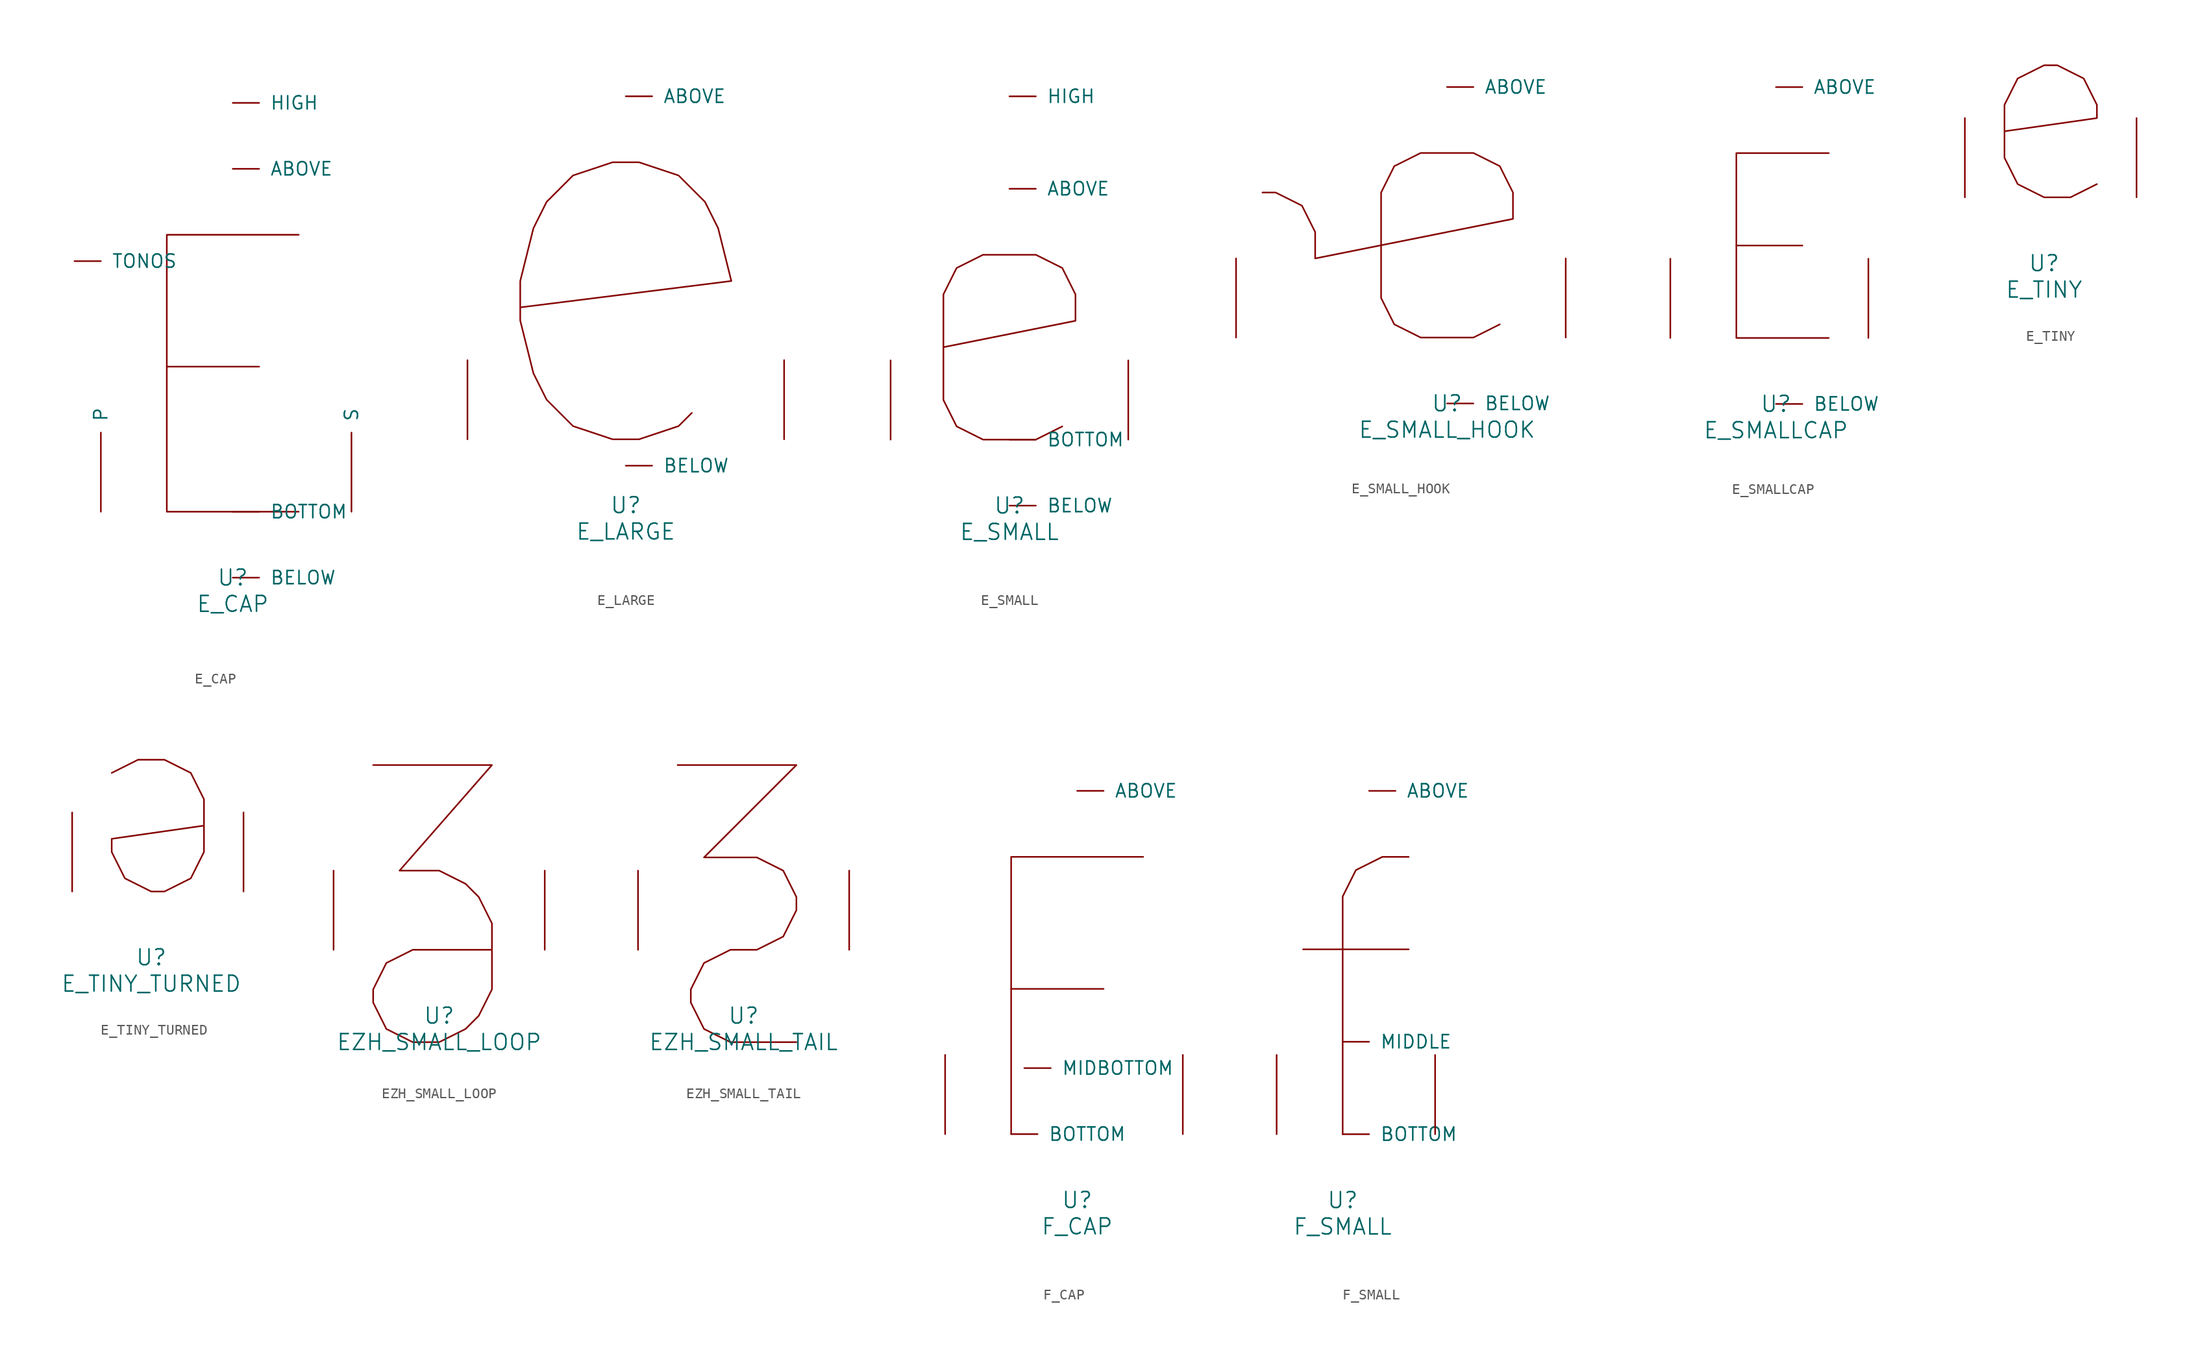
<source format=kicad_sym>
(kicad_symbol_lib
  (version 20220914)
  (generator font_lib2sym)
  (symbol "E_CAP"
    (pin_names
      (offset 1.016))
    (property "Reference" "U"
      (at 0 -6.35 0)
      (effects (font (size 1.524 1.524))))
    (property "Value" "E_CAP"
      (at 0 -8.89 0)
      (effects (font (size 1.524 1.524))))
    (symbol "E_CAP_0_1"
      (polyline (pts (xy -6.35 13.97) (xy 2.54 13.97)) (stroke (width 0) (type solid)) (fill (type none)))
      (polyline (pts (xy 6.35 0) (xy -6.35 0) (xy -6.35 26.67) (xy 6.35 26.67)) (stroke (width 0) (type solid)) (fill (type none)))
      (pin input line (at 0 33.02 0) (length 2.54) (name "ABOVE" (effects (font (size 1.27 1.27)))) (number "~" (effects (font (size 1.27 1.27)))))
      (pin input line (at 0 -6.35 0) (length 2.54) (name "BELOW" (effects (font (size 1.27 1.27)))) (number "~" (effects (font (size 1.27 1.27)))))
      (pin input line (at 0 0 0) (length 2.54) (name "BOTTOM" (effects (font (size 1.27 1.27)))) (number "~" (effects (font (size 1.27 1.27)))))
      (pin input line (at 0 39.37 0) (length 2.54) (name "HIGH" (effects (font (size 1.27 1.27)))) (number "~" (effects (font (size 1.27 1.27)))))
      (pin input line (at -12.7 0 90) (length 7.62) (name "P" (effects (font (size 1.27 1.27)))) (number "~" (effects (font (size 1.27 1.27)))))
      (pin input line (at 11.43 0 90) (length 7.62) (name "S" (effects (font (size 1.27 1.27)))) (number "~" (effects (font (size 1.27 1.27)))))
      (pin input line (at -15.24 24.13 0) (length 2.54) (name "TONOS" (effects (font (size 1.27 1.27)))) (number "~" (effects (font (size 1.27 1.27)))))))
  (symbol "E_LARGE"
    (pin_names
      (offset 1.016))
    (property "Reference" "U"
      (at 0 -6.35 0)
      (effects (font (size 1.524 1.524))))
    (property "Value" "E_LARGE"
      (at 0 -8.89 0)
      (effects (font (size 1.524 1.524))))
    (symbol "E_LARGE_0_1"
      (polyline (pts (xy 6.35 2.54) (xy 5.08 1.27) (xy 1.27 0) (xy -1.27 0) (xy -5.08 1.27) (xy -7.62 3.81) (xy -8.89 6.35) (xy -10.16 11.43) (xy -10.16 15.24) (xy -8.89 20.32) (xy -7.62 22.86) (xy -5.08 25.4) (xy -1.27 26.67) (xy 1.27 26.67) (xy 5.08 25.4) (xy 7.62 22.86) (xy 8.89 20.32) (xy 10.16 15.24) (xy -10.16 12.7)) (stroke (width 0) (type solid)) (fill (type none)))
      (pin input line (at 0 33.02 0) (length 2.54) (name "ABOVE" (effects (font (size 1.27 1.27)))) (number "~" (effects (font (size 1.27 1.27)))))
      (pin input line (at 0 -2.54 0) (length 2.54) (name "BELOW" (effects (font (size 1.27 1.27)))) (number "~" (effects (font (size 1.27 1.27)))))
      (pin input line (at -15.24 0 90) (length 7.62) (name "~" (effects (font (size 1.27 1.27)))) (number "~" (effects (font (size 1.27 1.27)))))
      (pin input line (at 15.24 0 90) (length 7.62) (name "~" (effects (font (size 1.27 1.27)))) (number "~" (effects (font (size 1.27 1.27)))))))
  (symbol "E_SMALL"
    (pin_names
      (offset 1.016))
    (property "Reference" "U"
      (at 0 -6.35 0)
      (effects (font (size 1.524 1.524))))
    (property "Value" "E_SMALL"
      (at 0 -8.89 0)
      (effects (font (size 1.524 1.524))))
    (symbol "E_SMALL_0_1"
      (polyline (pts (xy 5.08 1.27) (xy 2.54 0) (xy -2.54 0) (xy -5.08 1.27) (xy -6.35 3.81) (xy -6.35 13.97) (xy -5.08 16.51) (xy -2.54 17.78) (xy 2.54 17.78) (xy 5.08 16.51) (xy 6.35 13.97) (xy 6.35 11.43) (xy -6.35 8.89)) (stroke (width 0) (type solid)) (fill (type none)))
      (pin input line (at 0 24.13 0) (length 2.54) (name "ABOVE" (effects (font (size 1.27 1.27)))) (number "~" (effects (font (size 1.27 1.27)))))
      (pin input line (at 0 -6.35 0) (length 2.54) (name "BELOW" (effects (font (size 1.27 1.27)))) (number "~" (effects (font (size 1.27 1.27)))))
      (pin input line (at 0 0 0) (length 2.54) (name "BOTTOM" (effects (font (size 1.27 1.27)))) (number "~" (effects (font (size 1.27 1.27)))))
      (pin input line (at 0 33.02 0) (length 2.54) (name "HIGH" (effects (font (size 1.27 1.27)))) (number "~" (effects (font (size 1.27 1.27)))))
      (pin input line (at -11.43 0 90) (length 7.62) (name "~" (effects (font (size 1.27 1.27)))) (number "~" (effects (font (size 1.27 1.27)))))
      (pin input line (at 11.43 0 90) (length 7.62) (name "~" (effects (font (size 1.27 1.27)))) (number "~" (effects (font (size 1.27 1.27)))))))
  (symbol "E_SMALL_HOOK"
    (pin_names
      (offset 1.016))
    (property "Reference" "U"
      (at 0 -6.35 0)
      (effects (font (size 1.524 1.524))))
    (property "Value" "E_SMALL_HOOK"
      (at 0 -8.89 0)
      (effects (font (size 1.524 1.524))))
    (symbol "E_SMALL_HOOK_0_1"
      (polyline (pts (xy 5.08 1.27) (xy 2.54 0) (xy -2.54 0) (xy -5.08 1.27) (xy -6.35 3.81) (xy -6.35 13.97) (xy -5.08 16.51) (xy -2.54 17.78) (xy 2.54 17.78) (xy 5.08 16.51) (xy 6.35 13.97) (xy 6.35 11.43) (xy -12.7 7.62) (xy -12.7 10.16) (xy -13.97 12.7) (xy -16.51 13.97) (xy -17.78 13.97)) (stroke (width 0) (type solid)) (fill (type none)))
      (pin input line (at 0 24.13 0) (length 2.54) (name "ABOVE" (effects (font (size 1.27 1.27)))) (number "~" (effects (font (size 1.27 1.27)))))
      (pin input line (at 0 -6.35 0) (length 2.54) (name "BELOW" (effects (font (size 1.27 1.27)))) (number "~" (effects (font (size 1.27 1.27)))))
      (pin input line (at -20.32 0 90) (length 7.62) (name "~" (effects (font (size 1.27 1.27)))) (number "~" (effects (font (size 1.27 1.27)))))
      (pin input line (at 11.43 0 90) (length 7.62) (name "~" (effects (font (size 1.27 1.27)))) (number "~" (effects (font (size 1.27 1.27)))))))
  (symbol "E_SMALLCAP"
    (pin_names
      (offset 1.016))
    (property "Reference" "U"
      (at 0 -6.35 0)
      (effects (font (size 1.524 1.524))))
    (property "Value" "E_SMALLCAP"
      (at 0 -8.89 0)
      (effects (font (size 1.524 1.524))))
    (symbol "E_SMALLCAP_0_1"
      (polyline (pts (xy -3.81 8.89) (xy 2.54 8.89)) (stroke (width 0) (type solid)) (fill (type none)))
      (polyline (pts (xy 5.08 17.78) (xy -3.81 17.78) (xy -3.81 0) (xy 5.08 0)) (stroke (width 0) (type solid)) (fill (type none)))
      (pin input line (at 0 24.13 0) (length 2.54) (name "ABOVE" (effects (font (size 1.27 1.27)))) (number "~" (effects (font (size 1.27 1.27)))))
      (pin input line (at 0 -6.35 0) (length 2.54) (name "BELOW" (effects (font (size 1.27 1.27)))) (number "~" (effects (font (size 1.27 1.27)))))
      (pin input line (at -10.16 0 90) (length 7.62) (name "~" (effects (font (size 1.27 1.27)))) (number "~" (effects (font (size 1.27 1.27)))))
      (pin input line (at 8.89 0 90) (length 7.62) (name "~" (effects (font (size 1.27 1.27)))) (number "~" (effects (font (size 1.27 1.27)))))))
  (symbol "E_TINY"
    (pin_names
      (offset 1.016))
    (property "Reference" "U"
      (at 0 -6.35 0)
      (effects (font (size 1.524 1.524))))
    (property "Value" "E_TINY"
      (at 0 -8.89 0)
      (effects (font (size 1.524 1.524))))
    (symbol "E_TINY_0_1"
      (polyline (pts (xy 5.08 1.27) (xy 2.54 0) (xy 0 0) (xy -2.54 1.27) (xy -3.81 3.81) (xy -3.81 8.89) (xy -2.54 11.43) (xy 0 12.7) (xy 1.27 12.7) (xy 3.81 11.43) (xy 5.08 8.89) (xy 5.08 7.62) (xy -3.81 6.35)) (stroke (width 0) (type solid)) (fill (type none)))
      (pin input line (at -7.62 0 90) (length 7.62) (name "~" (effects (font (size 1.27 1.27)))) (number "~" (effects (font (size 1.27 1.27)))))
      (pin input line (at 8.89 0 90) (length 7.62) (name "~" (effects (font (size 1.27 1.27)))) (number "~" (effects (font (size 1.27 1.27)))))))
  (symbol "E_TINY_TURNED"
    (pin_names
      (offset 1.016))
    (property "Reference" "U"
      (at 0 -6.35 0)
      (effects (font (size 1.524 1.524))))
    (property "Value" "E_TINY_TURNED"
      (at 0 -8.89 0)
      (effects (font (size 1.524 1.524))))
    (symbol "E_TINY_TURNED_0_1"
      (polyline (pts (xy -3.81 11.43) (xy -1.27 12.7) (xy 1.27 12.7) (xy 3.81 11.43) (xy 5.08 8.89) (xy 5.08 3.81) (xy 3.81 1.27) (xy 1.27 0) (xy 0 0) (xy -2.54 1.27) (xy -3.81 3.81) (xy -3.81 5.08) (xy 5.08 6.35)) (stroke (width 0) (type solid)) (fill (type none)))
      (pin input line (at -7.62 0 90) (length 7.62) (name "~" (effects (font (size 1.27 1.27)))) (number "~" (effects (font (size 1.27 1.27)))))
      (pin input line (at 8.89 0 90) (length 7.62) (name "~" (effects (font (size 1.27 1.27)))) (number "~" (effects (font (size 1.27 1.27)))))))
  (symbol "EZH_SMALL_LOOP"
    (pin_names
      (offset 1.016))
    (property "Reference" "U"
      (at 0 -6.35 0)
      (effects (font (size 1.524 1.524))))
    (property "Value" "EZH_SMALL_LOOP"
      (at 0 -8.89 0)
      (effects (font (size 1.524 1.524))))
    (symbol "EZH_SMALL_LOOP_0_1"
      (polyline (pts (xy -6.35 17.78) (xy 5.08 17.78) (xy -3.81 7.62) (xy 0 7.62) (xy 2.54 6.35) (xy 3.81 5.08) (xy 5.08 2.54) (xy 5.08 -3.81) (xy 3.81 -6.35) (xy 2.54 -7.62) (xy 0 -8.89) (xy -2.54 -8.89) (xy -5.08 -7.62) (xy -6.35 -5.08) (xy -6.35 -3.81) (xy -5.08 -1.27) (xy -2.54 0) (xy 5.08 0)) (stroke (width 0) (type solid)) (fill (type none)))
      (pin input line (at -10.16 0 90) (length 7.62) (name "~" (effects (font (size 1.27 1.27)))) (number "~" (effects (font (size 1.27 1.27)))))
      (pin input line (at 10.16 0 90) (length 7.62) (name "~" (effects (font (size 1.27 1.27)))) (number "~" (effects (font (size 1.27 1.27)))))))
  (symbol "EZH_SMALL_TAIL"
    (pin_names
      (offset 1.016))
    (property "Reference" "U"
      (at 0 -6.35 0)
      (effects (font (size 1.524 1.524))))
    (property "Value" "EZH_SMALL_TAIL"
      (at 0 -8.89 0)
      (effects (font (size 1.524 1.524))))
    (symbol "EZH_SMALL_TAIL_0_1"
      (polyline (pts (xy -6.35 17.78) (xy 5.08 17.78) (xy -3.81 8.89) (xy 1.27 8.89) (xy 3.81 7.62) (xy 5.08 5.08) (xy 5.08 3.81) (xy 3.81 1.27) (xy 1.27 0) (xy -1.27 0) (xy -3.81 -1.27) (xy -5.08 -3.81) (xy -5.08 -5.08) (xy -3.81 -7.62) (xy -1.27 -8.89) (xy 5.08 -8.89)) (stroke (width 0) (type solid)) (fill (type none)))
      (pin input line (at -10.16 0 90) (length 7.62) (name "~" (effects (font (size 1.27 1.27)))) (number "~" (effects (font (size 1.27 1.27)))))
      (pin input line (at 10.16 0 90) (length 7.62) (name "~" (effects (font (size 1.27 1.27)))) (number "~" (effects (font (size 1.27 1.27)))))))
  (symbol "F_CAP"
    (pin_names
      (offset 1.016))
    (property "Reference" "U"
      (at 0 -6.35 0)
      (effects (font (size 1.524 1.524))))
    (property "Value" "F_CAP"
      (at 0 -8.89 0)
      (effects (font (size 1.524 1.524))))
    (symbol "F_CAP_0_1"
      (polyline (pts (xy 2.54 13.97) (xy -6.35 13.97)) (stroke (width 0) (type solid)) (fill (type none)))
      (polyline (pts (xy -6.35 0) (xy -6.35 26.67) (xy 6.35 26.67)) (stroke (width 0) (type solid)) (fill (type none)))
      (pin input line (at 0 33.02 0) (length 2.54) (name "ABOVE" (effects (font (size 1.27 1.27)))) (number "~" (effects (font (size 1.27 1.27)))))
      (pin input line (at -6.35 0 0) (length 2.54) (name "BOTTOM" (effects (font (size 1.27 1.27)))) (number "~" (effects (font (size 1.27 1.27)))))
      (pin input line (at -5.08 6.35 0) (length 2.54) (name "MIDBOTTOM" (effects (font (size 1.27 1.27)))) (number "~" (effects (font (size 1.27 1.27)))))
      (pin input line (at -12.7 0 90) (length 7.62) (name "~" (effects (font (size 1.27 1.27)))) (number "~" (effects (font (size 1.27 1.27)))))
      (pin input line (at 10.16 0 90) (length 7.62) (name "~" (effects (font (size 1.27 1.27)))) (number "~" (effects (font (size 1.27 1.27)))))))
  (symbol "F_SMALL"
    (pin_names
      (offset 1.016))
    (property "Reference" "U"
      (at 0 -6.35 0)
      (effects (font (size 1.524 1.524))))
    (property "Value" "F_SMALL"
      (at 0 -8.89 0)
      (effects (font (size 1.524 1.524))))
    (symbol "F_SMALL_0_1"
      (polyline (pts (xy -3.81 17.78) (xy 6.35 17.78)) (stroke (width 0) (type solid)) (fill (type none)))
      (polyline (pts (xy 0 0) (xy 0 22.86) (xy 1.27 25.4) (xy 3.81 26.67) (xy 6.35 26.67)) (stroke (width 0) (type solid)) (fill (type none)))
      (pin input line (at 2.54 33.02 0) (length 2.54) (name "ABOVE" (effects (font (size 1.27 1.27)))) (number "~" (effects (font (size 1.27 1.27)))))
      (pin input line (at 0 0 0) (length 2.54) (name "BOTTOM" (effects (font (size 1.27 1.27)))) (number "~" (effects (font (size 1.27 1.27)))))
      (pin input line (at 0 8.89 0) (length 2.54) (name "MIDDLE" (effects (font (size 1.27 1.27)))) (number "~" (effects (font (size 1.27 1.27)))))
      (pin input line (at -6.35 0 90) (length 7.62) (name "~" (effects (font (size 1.27 1.27)))) (number "~" (effects (font (size 1.27 1.27)))))
      (pin input line (at 8.89 0 90) (length 7.62) (name "~" (effects (font (size 1.27 1.27)))) (number "~" (effects (font (size 1.27 1.27))))))))
</source>
